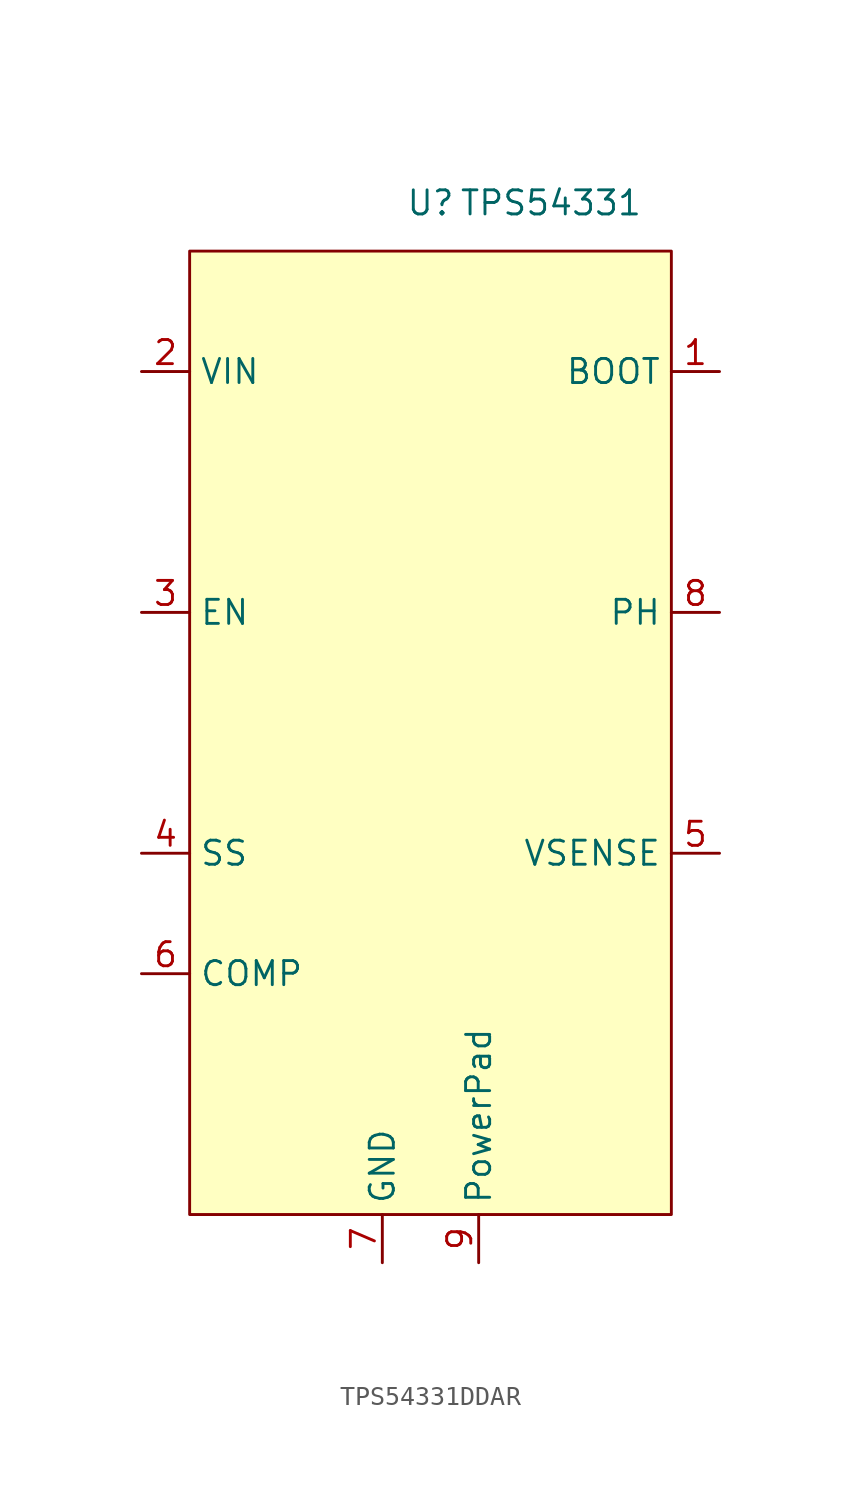
<source format=kicad_sym>
(kicad_symbol_lib
  (version 20220914)
  (generator kicad_symbol_editor)
  (symbol "TPS54331DDAR"
    (property "Reference" "U"
      (at 0 27.94 0)
      (effects (font (size 1.27 1.27))))
    (property "Value" "TPS54331"
      (at 6.35 27.94 0)
      (effects (font (size 1.27 1.27))))
    (symbol "TPS54331DDAR_1_1"
      (rectangle (start -12.7 25.4) (end 12.7 -25.4) (stroke (width 0) (type default) (color 132 0 0 1)) (fill (type background)))
      (pin input line (at 15.24 19.05 180) (length 2.54) (name "BOOT" (effects (font (size 1.27 1.27)))) (number "1" (effects (font (size 1.27 1.27)))))
      (pin input line (at -15.24 19.05 0) (length 2.54) (name "VIN" (effects (font (size 1.27 1.27)))) (number "2" (effects (font (size 1.27 1.27)))))
      (pin input line (at -15.24 6.35 0) (length 2.54) (name "EN" (effects (font (size 1.27 1.27)))) (number "3" (effects (font (size 1.27 1.27)))))
      (pin bidirectional line (at -15.24 -6.35 0) (length 2.54) (name "SS" (effects (font (size 1.27 1.27)))) (number "4" (effects (font (size 1.27 1.27)))))
      (pin input line (at 15.24 -6.35 180) (length 2.54) (name "VSENSE" (effects (font (size 1.27 1.27)))) (number "5" (effects (font (size 1.27 1.27)))))
      (pin bidirectional line (at -15.24 -12.7 0) (length 2.54) (name "COMP" (effects (font (size 1.27 1.27)))) (number "6" (effects (font (size 1.27 1.27)))))
      (pin bidirectional line (at -2.54 -27.94 90) (length 2.54) (name "GND" (effects (font (size 1.27 1.27)))) (number "7" (effects (font (size 1.27 1.27)))))
      (pin bidirectional line (at 15.24 6.35 180) (length 2.54) (name "PH" (effects (font (size 1.27 1.27)))) (number "8" (effects (font (size 1.27 1.27)))))
      (pin bidirectional line (at 2.54 -27.94 90) (length 2.54) (name "PowerPad" (effects (font (size 1.27 1.27)))) (number "9" (effects (font (size 1.27 1.27))))))))
</source>
